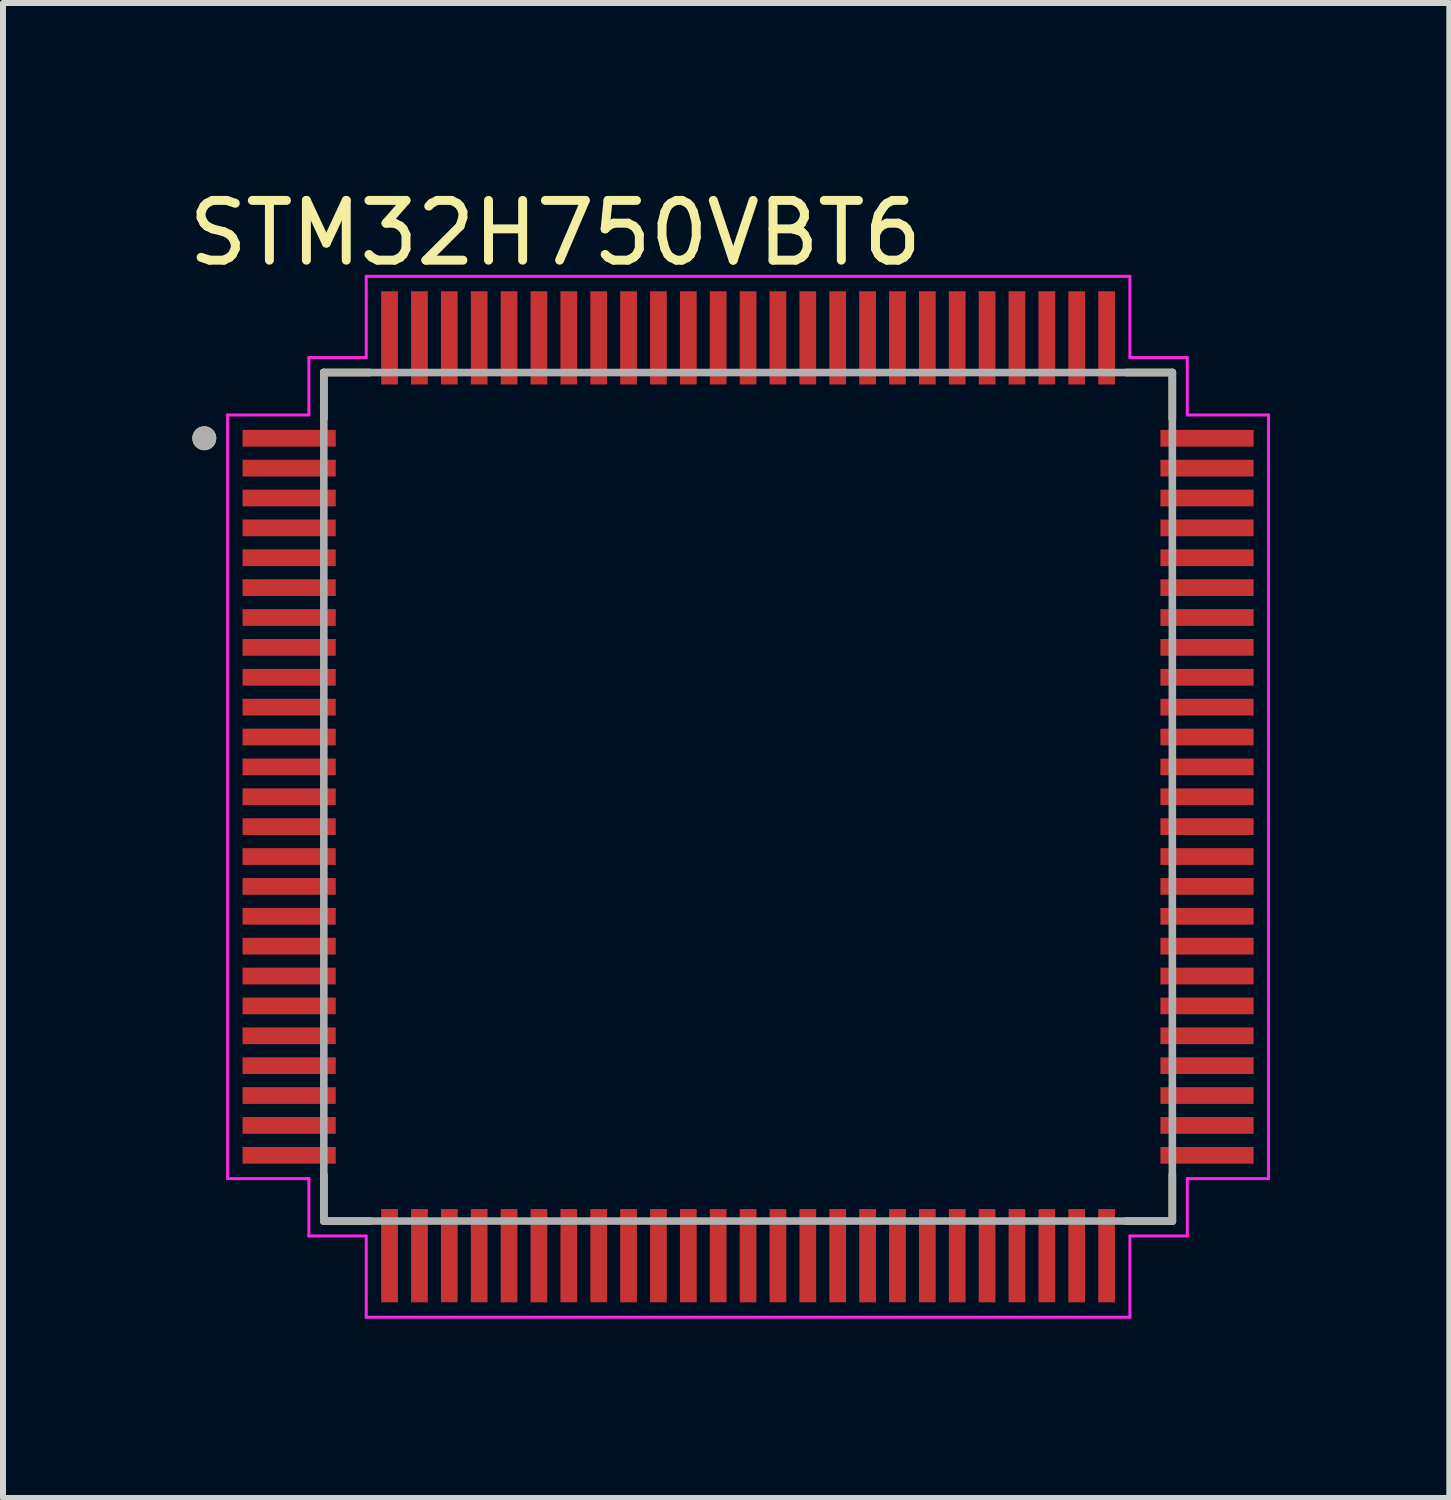
<source format=kicad_pcb>
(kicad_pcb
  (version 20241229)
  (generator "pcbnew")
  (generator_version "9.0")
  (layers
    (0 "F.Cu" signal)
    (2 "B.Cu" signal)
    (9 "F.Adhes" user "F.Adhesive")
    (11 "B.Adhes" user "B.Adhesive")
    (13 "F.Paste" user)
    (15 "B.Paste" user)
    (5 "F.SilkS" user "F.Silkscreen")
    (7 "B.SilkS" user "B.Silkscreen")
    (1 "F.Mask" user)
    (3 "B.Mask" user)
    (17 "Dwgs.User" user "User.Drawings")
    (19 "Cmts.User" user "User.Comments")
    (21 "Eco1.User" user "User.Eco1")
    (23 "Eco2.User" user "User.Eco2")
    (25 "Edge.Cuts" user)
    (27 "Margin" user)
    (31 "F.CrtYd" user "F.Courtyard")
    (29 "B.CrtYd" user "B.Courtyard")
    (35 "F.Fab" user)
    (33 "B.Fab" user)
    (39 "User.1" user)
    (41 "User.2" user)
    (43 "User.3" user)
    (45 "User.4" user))
  (footprint "STM32H750VBT6"
    (layer "F.Cu")
    (at 9.469 10.284)
    (property "Reference" "STM32H750VBT6" (at -3.225 -9.435 0) (layer "F.SilkS") (effects (font (size 1 1) (thickness 0.15))))
    (attr smd)
    (fp_line (start -7.1 -7.1) (end -6.33 -7.1) (stroke (width 0.127) (type solid)) (layer "F.SilkS"))
    (fp_line (start -7.1 -6.33) (end -7.1 -7.1) (stroke (width 0.127) (type solid)) (layer "F.SilkS"))
    (fp_line (start -7.1 7.1) (end -7.1 6.33) (stroke (width 0.127) (type solid)) (layer "F.SilkS"))
    (fp_line (start -6.33 7.1) (end -7.1 7.1) (stroke (width 0.127) (type solid)) (layer "F.SilkS"))
    (fp_line (start 6.33 -7.1) (end 7.1 -7.1) (stroke (width 0.127) (type solid)) (layer "F.SilkS"))
    (fp_line (start 7.1 -7.1) (end 7.1 -6.33) (stroke (width 0.127) (type solid)) (layer "F.SilkS"))
    (fp_line (start 7.1 6.33) (end 7.1 7.1) (stroke (width 0.127) (type solid)) (layer "F.SilkS"))
    (fp_line (start 7.1 7.1) (end 6.33 7.1) (stroke (width 0.127) (type solid)) (layer "F.SilkS"))
    (fp_circle (center -9.1 -6) (end -9 -6) (stroke (width 0.2) (type solid)) (fill no) (layer "F.SilkS"))
    (fp_line (start -8.71 -6.39) (end -7.35 -6.39) (stroke (width 0.05) (type solid)) (layer "F.CrtYd"))
    (fp_line (start -8.71 6.39) (end -8.71 -6.39) (stroke (width 0.05) (type solid)) (layer "F.CrtYd"))
    (fp_line (start -7.35 -7.35) (end -6.39 -7.35) (stroke (width 0.05) (type solid)) (layer "F.CrtYd"))
    (fp_line (start -7.35 -6.39) (end -7.35 -7.35) (stroke (width 0.05) (type solid)) (layer "F.CrtYd"))
    (fp_line (start -7.35 6.39) (end -8.71 6.39) (stroke (width 0.05) (type solid)) (layer "F.CrtYd"))
    (fp_line (start -7.35 7.35) (end -7.35 6.39) (stroke (width 0.05) (type solid)) (layer "F.CrtYd"))
    (fp_line (start -6.39 -8.71) (end 6.39 -8.71) (stroke (width 0.05) (type solid)) (layer "F.CrtYd"))
    (fp_line (start -6.39 -7.35) (end -6.39 -8.71) (stroke (width 0.05) (type solid)) (layer "F.CrtYd"))
    (fp_line (start -6.39 7.35) (end -7.35 7.35) (stroke (width 0.05) (type solid)) (layer "F.CrtYd"))
    (fp_line (start -6.39 8.71) (end -6.39 7.35) (stroke (width 0.05) (type solid)) (layer "F.CrtYd"))
    (fp_line (start 6.39 -8.71) (end 6.39 -7.35) (stroke (width 0.05) (type solid)) (layer "F.CrtYd"))
    (fp_line (start 6.39 -7.35) (end 7.35 -7.35) (stroke (width 0.05) (type solid)) (layer "F.CrtYd"))
    (fp_line (start 6.39 7.35) (end 6.39 8.71) (stroke (width 0.05) (type solid)) (layer "F.CrtYd"))
    (fp_line (start 6.39 8.71) (end -6.39 8.71) (stroke (width 0.05) (type solid)) (layer "F.CrtYd"))
    (fp_line (start 7.35 -7.35) (end 7.35 -6.39) (stroke (width 0.05) (type solid)) (layer "F.CrtYd"))
    (fp_line (start 7.35 -6.39) (end 8.71 -6.39) (stroke (width 0.05) (type solid)) (layer "F.CrtYd"))
    (fp_line (start 7.35 6.39) (end 7.35 7.35) (stroke (width 0.05) (type solid)) (layer "F.CrtYd"))
    (fp_line (start 7.35 7.35) (end 6.39 7.35) (stroke (width 0.05) (type solid)) (layer "F.CrtYd"))
    (fp_line (start 8.71 -6.39) (end 8.71 6.39) (stroke (width 0.05) (type solid)) (layer "F.CrtYd"))
    (fp_line (start 8.71 6.39) (end 7.35 6.39) (stroke (width 0.05) (type solid)) (layer "F.CrtYd"))
    (fp_line (start -7.1 -7.1) (end 7.1 -7.1) (stroke (width 0.127) (type solid)) (layer "F.Fab"))
    (fp_line (start -7.1 7.1) (end -7.1 -7.1) (stroke (width 0.127) (type solid)) (layer "F.Fab"))
    (fp_line (start 7.1 -7.1) (end 7.1 7.1) (stroke (width 0.127) (type solid)) (layer "F.Fab"))
    (fp_line (start 7.1 7.1) (end -7.1 7.1) (stroke (width 0.127) (type solid)) (layer "F.Fab"))
    (fp_circle (center -9.1 -6) (end -9 -6) (stroke (width 0.2) (type solid)) (fill no) (layer "F.Fab"))
    (pad "1" smd rect (at -7.68 -6) (size 1.56 0.28) (layers "F.Cu" "F.Mask" "F.Paste"))
    (pad "2" smd rect (at -7.68 -5.5) (size 1.56 0.28) (layers "F.Cu" "F.Mask" "F.Paste"))
    (pad "3" smd rect (at -7.68 -5) (size 1.56 0.28) (layers "F.Cu" "F.Mask" "F.Paste"))
    (pad "4" smd rect (at -7.68 -4.5) (size 1.56 0.28) (layers "F.Cu" "F.Mask" "F.Paste"))
    (pad "5" smd rect (at -7.68 -4) (size 1.56 0.28) (layers "F.Cu" "F.Mask" "F.Paste"))
    (pad "6" smd rect (at -7.68 -3.5) (size 1.56 0.28) (layers "F.Cu" "F.Mask" "F.Paste"))
    (pad "7" smd rect (at -7.68 -3) (size 1.56 0.28) (layers "F.Cu" "F.Mask" "F.Paste"))
    (pad "8" smd rect (at -7.68 -2.5) (size 1.56 0.28) (layers "F.Cu" "F.Mask" "F.Paste"))
    (pad "9" smd rect (at -7.68 -2) (size 1.56 0.28) (layers "F.Cu" "F.Mask" "F.Paste"))
    (pad "10" smd rect (at -7.68 -1.5) (size 1.56 0.28) (layers "F.Cu" "F.Mask" "F.Paste"))
    (pad "11" smd rect (at -7.68 -1) (size 1.56 0.28) (layers "F.Cu" "F.Mask" "F.Paste"))
    (pad "12" smd rect (at -7.68 -0.5) (size 1.56 0.28) (layers "F.Cu" "F.Mask" "F.Paste"))
    (pad "13" smd rect (at -7.68 0) (size 1.56 0.28) (layers "F.Cu" "F.Mask" "F.Paste"))
    (pad "14" smd rect (at -7.68 0.5) (size 1.56 0.28) (layers "F.Cu" "F.Mask" "F.Paste"))
    (pad "15" smd rect (at -7.68 1) (size 1.56 0.28) (layers "F.Cu" "F.Mask" "F.Paste"))
    (pad "16" smd rect (at -7.68 1.5) (size 1.56 0.28) (layers "F.Cu" "F.Mask" "F.Paste"))
    (pad "17" smd rect (at -7.68 2) (size 1.56 0.28) (layers "F.Cu" "F.Mask" "F.Paste"))
    (pad "18" smd rect (at -7.68 2.5) (size 1.56 0.28) (layers "F.Cu" "F.Mask" "F.Paste"))
    (pad "19" smd rect (at -7.68 3) (size 1.56 0.28) (layers "F.Cu" "F.Mask" "F.Paste"))
    (pad "20" smd rect (at -7.68 3.5) (size 1.56 0.28) (layers "F.Cu" "F.Mask" "F.Paste"))
    (pad "21" smd rect (at -7.68 4) (size 1.56 0.28) (layers "F.Cu" "F.Mask" "F.Paste"))
    (pad "22" smd rect (at -7.68 4.5) (size 1.56 0.28) (layers "F.Cu" "F.Mask" "F.Paste"))
    (pad "23" smd rect (at -7.68 5) (size 1.56 0.28) (layers "F.Cu" "F.Mask" "F.Paste"))
    (pad "24" smd rect (at -7.68 5.5) (size 1.56 0.28) (layers "F.Cu" "F.Mask" "F.Paste"))
    (pad "25" smd rect (at -7.68 6) (size 1.56 0.28) (layers "F.Cu" "F.Mask" "F.Paste"))
    (pad "26" smd rect (at -6 7.68) (size 0.28 1.56) (layers "F.Cu" "F.Mask" "F.Paste"))
    (pad "27" smd rect (at -5.5 7.68) (size 0.28 1.56) (layers "F.Cu" "F.Mask" "F.Paste"))
    (pad "28" smd rect (at -5 7.68) (size 0.28 1.56) (layers "F.Cu" "F.Mask" "F.Paste"))
    (pad "29" smd rect (at -4.5 7.68) (size 0.28 1.56) (layers "F.Cu" "F.Mask" "F.Paste"))
    (pad "30" smd rect (at -4 7.68) (size 0.28 1.56) (layers "F.Cu" "F.Mask" "F.Paste"))
    (pad "31" smd rect (at -3.5 7.68) (size 0.28 1.56) (layers "F.Cu" "F.Mask" "F.Paste"))
    (pad "32" smd rect (at -3 7.68) (size 0.28 1.56) (layers "F.Cu" "F.Mask" "F.Paste"))
    (pad "33" smd rect (at -2.5 7.68) (size 0.28 1.56) (layers "F.Cu" "F.Mask" "F.Paste"))
    (pad "34" smd rect (at -2 7.68) (size 0.28 1.56) (layers "F.Cu" "F.Mask" "F.Paste"))
    (pad "35" smd rect (at -1.5 7.68) (size 0.28 1.56) (layers "F.Cu" "F.Mask" "F.Paste"))
    (pad "36" smd rect (at -1 7.68) (size 0.28 1.56) (layers "F.Cu" "F.Mask" "F.Paste"))
    (pad "37" smd rect (at -0.5 7.68) (size 0.28 1.56) (layers "F.Cu" "F.Mask" "F.Paste"))
    (pad "38" smd rect (at 0 7.68) (size 0.28 1.56) (layers "F.Cu" "F.Mask" "F.Paste"))
    (pad "39" smd rect (at 0.5 7.68) (size 0.28 1.56) (layers "F.Cu" "F.Mask" "F.Paste"))
    (pad "40" smd rect (at 1 7.68) (size 0.28 1.56) (layers "F.Cu" "F.Mask" "F.Paste"))
    (pad "41" smd rect (at 1.5 7.68) (size 0.28 1.56) (layers "F.Cu" "F.Mask" "F.Paste"))
    (pad "42" smd rect (at 2 7.68) (size 0.28 1.56) (layers "F.Cu" "F.Mask" "F.Paste"))
    (pad "43" smd rect (at 2.5 7.68) (size 0.28 1.56) (layers "F.Cu" "F.Mask" "F.Paste"))
    (pad "44" smd rect (at 3 7.68) (size 0.28 1.56) (layers "F.Cu" "F.Mask" "F.Paste"))
    (pad "45" smd rect (at 3.5 7.68) (size 0.28 1.56) (layers "F.Cu" "F.Mask" "F.Paste"))
    (pad "46" smd rect (at 4 7.68) (size 0.28 1.56) (layers "F.Cu" "F.Mask" "F.Paste"))
    (pad "47" smd rect (at 4.5 7.68) (size 0.28 1.56) (layers "F.Cu" "F.Mask" "F.Paste"))
    (pad "48" smd rect (at 5 7.68) (size 0.28 1.56) (layers "F.Cu" "F.Mask" "F.Paste"))
    (pad "49" smd rect (at 5.5 7.68) (size 0.28 1.56) (layers "F.Cu" "F.Mask" "F.Paste"))
    (pad "50" smd rect (at 6 7.68) (size 0.28 1.56) (layers "F.Cu" "F.Mask" "F.Paste"))
    (pad "51" smd rect (at 7.68 6) (size 1.56 0.28) (layers "F.Cu" "F.Mask" "F.Paste"))
    (pad "52" smd rect (at 7.68 5.5) (size 1.56 0.28) (layers "F.Cu" "F.Mask" "F.Paste"))
    (pad "53" smd rect (at 7.68 5) (size 1.56 0.28) (layers "F.Cu" "F.Mask" "F.Paste"))
    (pad "54" smd rect (at 7.68 4.5) (size 1.56 0.28) (layers "F.Cu" "F.Mask" "F.Paste"))
    (pad "55" smd rect (at 7.68 4) (size 1.56 0.28) (layers "F.Cu" "F.Mask" "F.Paste"))
    (pad "56" smd rect (at 7.68 3.5) (size 1.56 0.28) (layers "F.Cu" "F.Mask" "F.Paste"))
    (pad "57" smd rect (at 7.68 3) (size 1.56 0.28) (layers "F.Cu" "F.Mask" "F.Paste"))
    (pad "58" smd rect (at 7.68 2.5) (size 1.56 0.28) (layers "F.Cu" "F.Mask" "F.Paste"))
    (pad "59" smd rect (at 7.68 2) (size 1.56 0.28) (layers "F.Cu" "F.Mask" "F.Paste"))
    (pad "60" smd rect (at 7.68 1.5) (size 1.56 0.28) (layers "F.Cu" "F.Mask" "F.Paste"))
    (pad "61" smd rect (at 7.68 1) (size 1.56 0.28) (layers "F.Cu" "F.Mask" "F.Paste"))
    (pad "62" smd rect (at 7.68 0.5) (size 1.56 0.28) (layers "F.Cu" "F.Mask" "F.Paste"))
    (pad "63" smd rect (at 7.68 0) (size 1.56 0.28) (layers "F.Cu" "F.Mask" "F.Paste"))
    (pad "64" smd rect (at 7.68 -0.5) (size 1.56 0.28) (layers "F.Cu" "F.Mask" "F.Paste"))
    (pad "65" smd rect (at 7.68 -1) (size 1.56 0.28) (layers "F.Cu" "F.Mask" "F.Paste"))
    (pad "66" smd rect (at 7.68 -1.5) (size 1.56 0.28) (layers "F.Cu" "F.Mask" "F.Paste"))
    (pad "67" smd rect (at 7.68 -2) (size 1.56 0.28) (layers "F.Cu" "F.Mask" "F.Paste"))
    (pad "68" smd rect (at 7.68 -2.5) (size 1.56 0.28) (layers "F.Cu" "F.Mask" "F.Paste"))
    (pad "69" smd rect (at 7.68 -3) (size 1.56 0.28) (layers "F.Cu" "F.Mask" "F.Paste"))
    (pad "70" smd rect (at 7.68 -3.5) (size 1.56 0.28) (layers "F.Cu" "F.Mask" "F.Paste"))
    (pad "71" smd rect (at 7.68 -4) (size 1.56 0.28) (layers "F.Cu" "F.Mask" "F.Paste"))
    (pad "72" smd rect (at 7.68 -4.5) (size 1.56 0.28) (layers "F.Cu" "F.Mask" "F.Paste"))
    (pad "73" smd rect (at 7.68 -5) (size 1.56 0.28) (layers "F.Cu" "F.Mask" "F.Paste"))
    (pad "74" smd rect (at 7.68 -5.5) (size 1.56 0.28) (layers "F.Cu" "F.Mask" "F.Paste"))
    (pad "75" smd rect (at 7.68 -6) (size 1.56 0.28) (layers "F.Cu" "F.Mask" "F.Paste"))
    (pad "76" smd rect (at 6 -7.68) (size 0.28 1.56) (layers "F.Cu" "F.Mask" "F.Paste"))
    (pad "77" smd rect (at 5.5 -7.68) (size 0.28 1.56) (layers "F.Cu" "F.Mask" "F.Paste"))
    (pad "78" smd rect (at 5 -7.68) (size 0.28 1.56) (layers "F.Cu" "F.Mask" "F.Paste"))
    (pad "79" smd rect (at 4.5 -7.68) (size 0.28 1.56) (layers "F.Cu" "F.Mask" "F.Paste"))
    (pad "80" smd rect (at 4 -7.68) (size 0.28 1.56) (layers "F.Cu" "F.Mask" "F.Paste"))
    (pad "81" smd rect (at 3.5 -7.68) (size 0.28 1.56) (layers "F.Cu" "F.Mask" "F.Paste"))
    (pad "82" smd rect (at 3 -7.68) (size 0.28 1.56) (layers "F.Cu" "F.Mask" "F.Paste"))
    (pad "83" smd rect (at 2.5 -7.68) (size 0.28 1.56) (layers "F.Cu" "F.Mask" "F.Paste"))
    (pad "84" smd rect (at 2 -7.68) (size 0.28 1.56) (layers "F.Cu" "F.Mask" "F.Paste"))
    (pad "85" smd rect (at 1.5 -7.68) (size 0.28 1.56) (layers "F.Cu" "F.Mask" "F.Paste"))
    (pad "86" smd rect (at 1 -7.68) (size 0.28 1.56) (layers "F.Cu" "F.Mask" "F.Paste"))
    (pad "87" smd rect (at 0.5 -7.68) (size 0.28 1.56) (layers "F.Cu" "F.Mask" "F.Paste"))
    (pad "88" smd rect (at 0 -7.68) (size 0.28 1.56) (layers "F.Cu" "F.Mask" "F.Paste"))
    (pad "89" smd rect (at -0.5 -7.68) (size 0.28 1.56) (layers "F.Cu" "F.Mask" "F.Paste"))
    (pad "90" smd rect (at -1 -7.68) (size 0.28 1.56) (layers "F.Cu" "F.Mask" "F.Paste"))
    (pad "91" smd rect (at -1.5 -7.68) (size 0.28 1.56) (layers "F.Cu" "F.Mask" "F.Paste"))
    (pad "92" smd rect (at -2 -7.68) (size 0.28 1.56) (layers "F.Cu" "F.Mask" "F.Paste"))
    (pad "93" smd rect (at -2.5 -7.68) (size 0.28 1.56) (layers "F.Cu" "F.Mask" "F.Paste"))
    (pad "94" smd rect (at -3 -7.68) (size 0.28 1.56) (layers "F.Cu" "F.Mask" "F.Paste"))
    (pad "95" smd rect (at -3.5 -7.68) (size 0.28 1.56) (layers "F.Cu" "F.Mask" "F.Paste"))
    (pad "96" smd rect (at -4 -7.68) (size 0.28 1.56) (layers "F.Cu" "F.Mask" "F.Paste"))
    (pad "97" smd rect (at -4.5 -7.68) (size 0.28 1.56) (layers "F.Cu" "F.Mask" "F.Paste"))
    (pad "98" smd rect (at -5 -7.68) (size 0.28 1.56) (layers "F.Cu" "F.Mask" "F.Paste"))
    (pad "99" smd rect (at -5.5 -7.68) (size 0.28 1.56) (layers "F.Cu" "F.Mask" "F.Paste"))
    (pad "100" smd rect (at -6 -7.68) (size 0.28 1.56) (layers "F.Cu" "F.Mask" "F.Paste")))
  (gr_rect
    (start -3 -3)
    (end 21.204 22.019)
    (stroke (width 0.1) (type default))
    (fill no)
    (layer "Edge.Cuts")))
</source>
